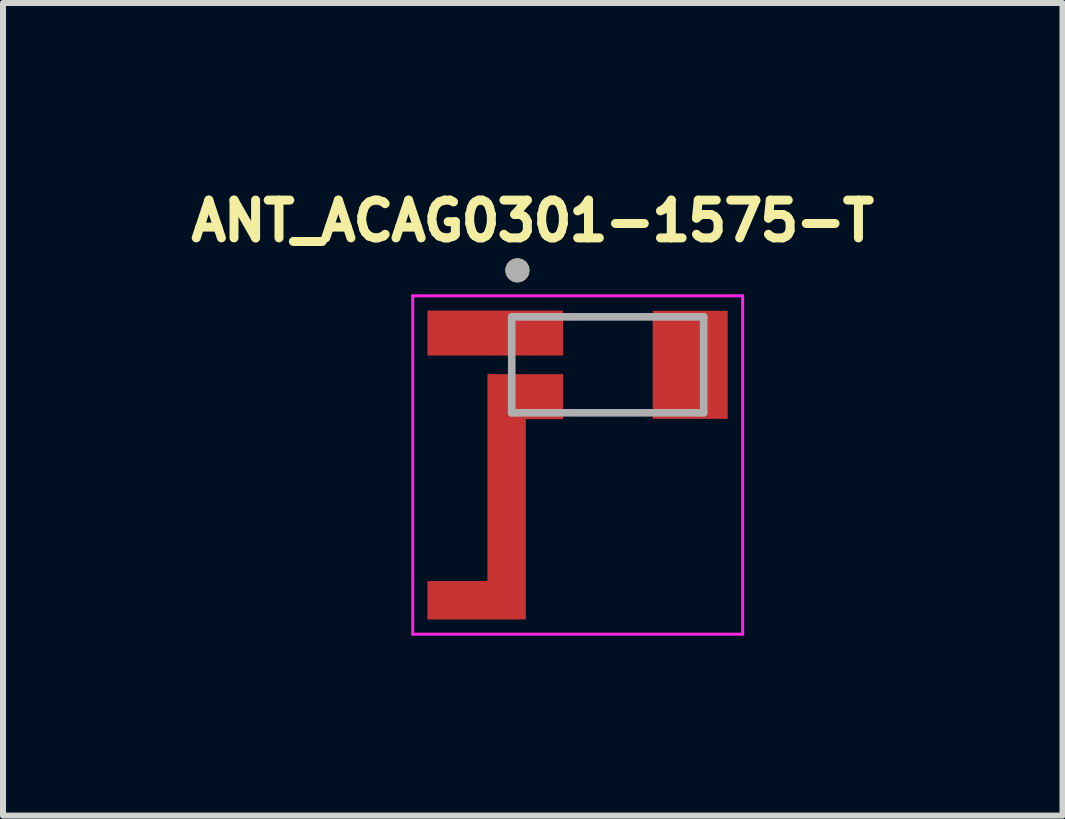
<source format=kicad_pcb>
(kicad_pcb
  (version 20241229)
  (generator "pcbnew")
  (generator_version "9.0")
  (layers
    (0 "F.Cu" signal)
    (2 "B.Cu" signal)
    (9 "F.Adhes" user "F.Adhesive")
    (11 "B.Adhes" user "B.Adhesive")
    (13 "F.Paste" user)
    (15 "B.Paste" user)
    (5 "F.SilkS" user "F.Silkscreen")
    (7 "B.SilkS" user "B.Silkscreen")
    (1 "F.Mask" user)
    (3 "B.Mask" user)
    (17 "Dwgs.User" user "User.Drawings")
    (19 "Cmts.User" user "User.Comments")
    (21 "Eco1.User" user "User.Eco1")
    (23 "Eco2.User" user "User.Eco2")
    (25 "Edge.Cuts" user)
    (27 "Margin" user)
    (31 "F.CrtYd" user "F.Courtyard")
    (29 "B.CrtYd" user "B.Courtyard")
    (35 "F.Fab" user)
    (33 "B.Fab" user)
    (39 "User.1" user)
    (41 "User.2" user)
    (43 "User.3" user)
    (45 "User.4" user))
  (footprint "ANT_ACAG0301-1575-T"
    (layer "F.Cu")
    (at 7.081 3.032)
    (property "Reference" "ANT_ACAG0301-1575-T" (at -1.25 -2.4 0) (layer "F.SilkS") (effects (font (size 0.63 0.63) (thickness 0.15))))
    (attr smd)
    (fp_circle (center -1.505 -1.575) (end -1.405 -1.575) (stroke (width 0.2) (type solid)) (fill no) (layer "F.SilkS"))
    (fp_line (start -3.25 -1.15) (end 2.25 -1.15) (stroke (width 0.05) (type solid)) (layer "F.CrtYd"))
    (fp_line (start -3.25 4.49) (end -3.25 -1.15) (stroke (width 0.05) (type solid)) (layer "F.CrtYd"))
    (fp_line (start 2.25 -1.15) (end 2.25 4.49) (stroke (width 0.05) (type solid)) (layer "F.CrtYd"))
    (fp_line (start 2.25 4.49) (end -3.25 4.49) (stroke (width 0.05) (type solid)) (layer "F.CrtYd"))
    (fp_line (start -1.6 -0.8) (end 1.6 -0.8) (stroke (width 0.127) (type solid)) (layer "F.Fab"))
    (fp_line (start -1.6 0.8) (end -1.6 -0.8) (stroke (width 0.127) (type solid)) (layer "F.Fab"))
    (fp_line (start 1.6 -0.8) (end 1.6 0.8) (stroke (width 0.127) (type solid)) (layer "F.Fab"))
    (fp_line (start 1.6 0.8) (end -1.6 0.8) (stroke (width 0.127) (type solid)) (layer "F.Fab"))
    (fp_circle (center -1.505 -1.575) (end -1.405 -1.575) (stroke (width 0.2) (type solid)) (fill no) (layer "F.Fab"))
    (pad "1" smd custom (at -1.375 -0.53) (size 1.25 0.74) (layers "F.Cu" "F.Mask" "F.Paste") (options (anchor rect)) (primitives (gr_poly (pts (xy 0.625 0.37) (xy 0.625 -0.37) (xy -1.625 -0.37) (xy -1.625 0.37)) (width 0.01) (fill yes))))
    (pad "2" smd custom (at -1.375 0.53) (size 1.25 0.74) (layers "F.Cu" "F.Mask" "F.Paste") (options (anchor rect)) (primitives (gr_poly (pts (xy -0.625 -0.37) (xy 0.625 -0.37) (xy 0.625 0.37) (xy 0.005 0.37) (xy 0.005 3.71) (xy -1.625 3.71) (xy -1.625 3.08) (xy -0.625 3.08)) (width 0.01) (fill yes))))
    (pad "3" smd rect (at 1.375 0) (size 1.25 1.8) (layers "F.Cu" "F.Mask" "F.Paste"))
    (zone (net_name "") (layer "F.Cu") (hatch full 0.508) (connect_pads) (min_thickness 0.01) (filled_areas_thickness no) (keepout (tracks not_allowed) (vias not_allowed) (pads not_allowed) (copperpour not_allowed) (footprints allowed)) (placement (enabled no)) (fill) (polygon (pts (xy 5.711 7.272) (xy 5.711 3.932) (xy 6.331 3.932) (xy 6.331 3.192) (xy 5.081 3.192) (xy 5.081 6.642) (xy 4.081 6.642) (xy 4.081 2.872) (xy 6.331 2.872) (xy 6.331 2.132) (xy 7.831 2.132) (xy 7.831 3.932) (xy 9.081 3.932) (xy 9.081 7.272)))))
  (gr_rect
    (start -3 -3)
    (end 14.663 10.547)
    (stroke (width 0.1) (type default))
    (fill no)
    (layer "Edge.Cuts")))
</source>
